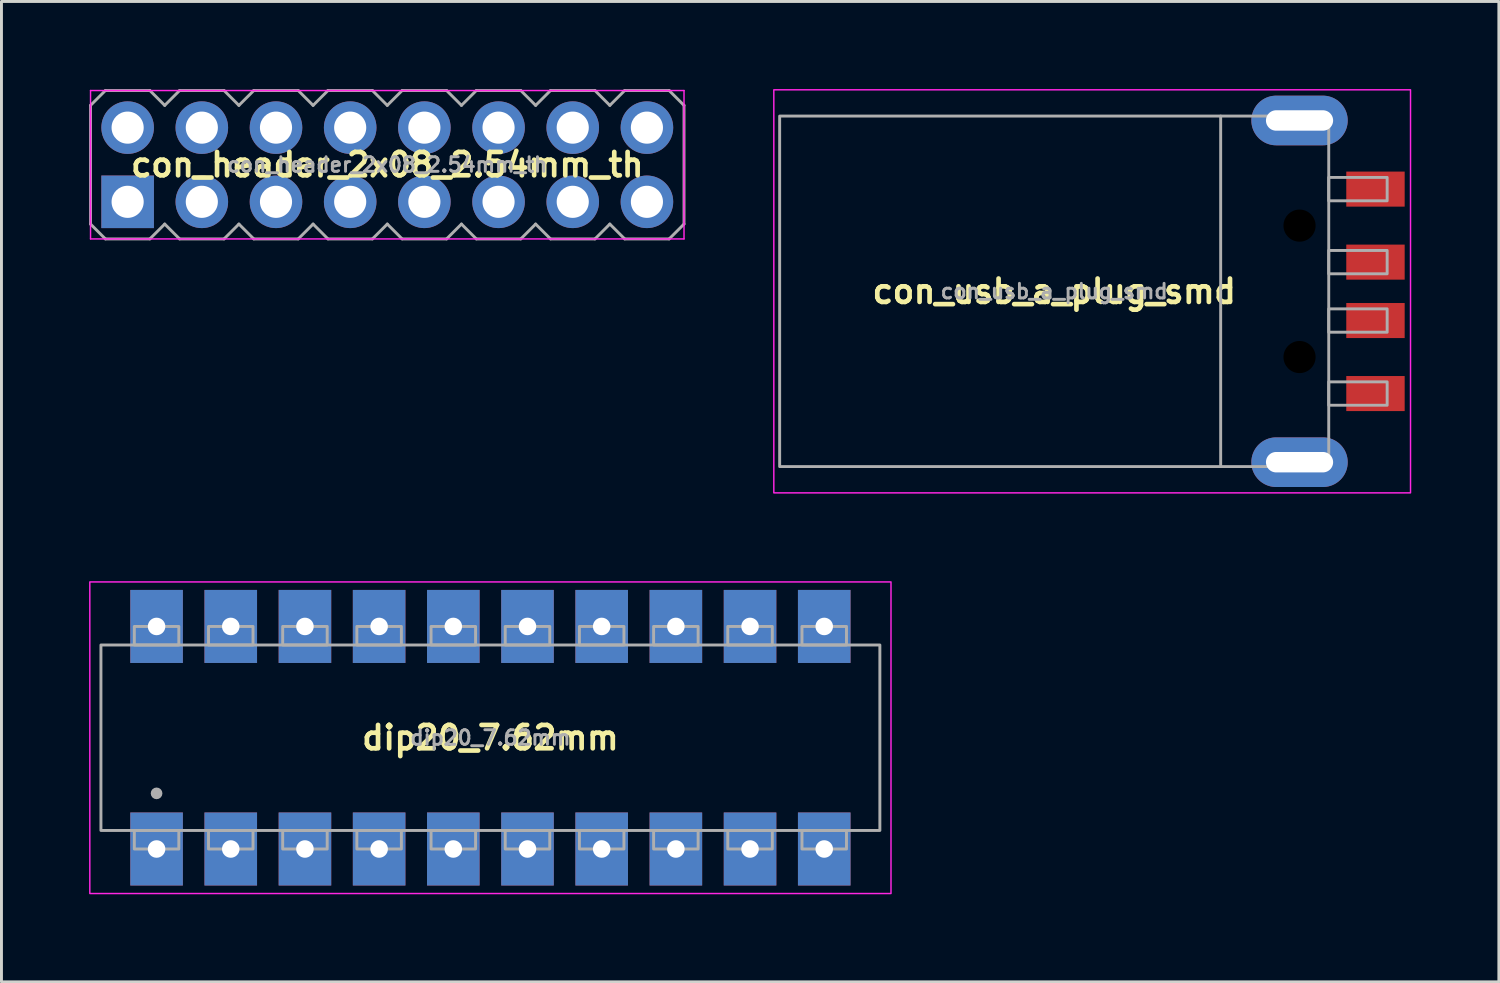
<source format=kicad_pcb>
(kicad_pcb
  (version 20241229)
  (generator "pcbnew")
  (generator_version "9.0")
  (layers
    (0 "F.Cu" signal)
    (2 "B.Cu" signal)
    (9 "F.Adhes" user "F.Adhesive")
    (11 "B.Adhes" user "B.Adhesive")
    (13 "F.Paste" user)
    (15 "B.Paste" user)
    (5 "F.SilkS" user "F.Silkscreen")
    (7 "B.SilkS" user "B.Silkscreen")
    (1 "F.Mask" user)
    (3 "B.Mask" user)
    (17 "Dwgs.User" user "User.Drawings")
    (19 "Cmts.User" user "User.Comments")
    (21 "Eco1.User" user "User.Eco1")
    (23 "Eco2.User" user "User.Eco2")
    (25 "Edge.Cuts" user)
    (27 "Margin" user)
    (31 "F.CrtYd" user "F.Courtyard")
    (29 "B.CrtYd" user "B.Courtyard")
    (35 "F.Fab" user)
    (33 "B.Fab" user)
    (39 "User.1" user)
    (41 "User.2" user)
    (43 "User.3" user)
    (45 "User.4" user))
  (footprint "con_usb_a_plug_smd"
    (layer "F.Cu")
    (at 33.045 6.925)
    (property "Reference" "con_usb_a_plug_smd" (at 0 0 0) (unlocked yes) (layer "F.SilkS") (effects (font (size 0.8 0.8) (thickness 0.16))))
    (attr smd)
    (fp_rect (start -9.6 -6.9) (end 12.2 6.9) (stroke (width 0.05) (type solid)) (fill no) (layer "F.CrtYd"))
    (fp_line (start 5.7 -6) (end 5.7 6) (stroke (width 0.1) (type solid)) (layer "F.Fab"))
    (fp_rect (start -9.4 -6) (end 9.4 6) (stroke (width 0.1) (type solid)) (fill no) (layer "F.Fab"))
    (fp_rect (start 9.4 -3.9) (end 11.4 -3.1) (stroke (width 0.1) (type solid)) (fill no) (layer "F.Fab"))
    (fp_rect (start 9.4 -1.4) (end 11.4 -0.6) (stroke (width 0.1) (type solid)) (fill no) (layer "F.Fab"))
    (fp_rect (start 9.4 0.6) (end 11.4 1.4) (stroke (width 0.1) (type solid)) (fill no) (layer "F.Fab"))
    (fp_rect (start 9.4 3.1) (end 11.4 3.9) (stroke (width 0.1) (type solid)) (fill no) (layer "F.Fab"))
    (fp_text user "${REFERENCE}" (at 0 0 0) (unlocked yes) (layer "F.Fab") (effects (font (size 0.5 0.5) (thickness 0.1))))
    (pad "" np_thru_hole circle (at 8.4 -2.25) (size 1.2 1.2) (drill 1.1) (layers "*.Mask"))
    (pad "" np_thru_hole circle (at 8.4 2.25) (size 1.2 1.2) (drill 1.1) (layers "*.Mask"))
    (pad "1" smd rect (at 11 3.5) (size 2 1.2) (layers "F.Cu" "F.Mask" "F.Paste"))
    (pad "2" smd rect (at 11 1) (size 2 1.2) (layers "F.Cu" "F.Mask" "F.Paste"))
    (pad "3" smd rect (at 11 -1) (size 2 1.2) (layers "F.Cu" "F.Mask" "F.Paste"))
    (pad "4" smd rect (at 11 -3.5) (size 2 1.2) (layers "F.Cu" "F.Mask" "F.Paste"))
    (pad "5" thru_hole oval (at 8.4 5.85) (size 3.3 1.7) (drill oval 2.3 0.7) (layers "*.Cu" "*.Mask"))
    (pad "6" thru_hole oval (at 8.4 -5.85) (size 3.3 1.7) (drill oval 2.3 0.7) (layers "*.Cu" "*.Mask")))
  (footprint "con_header_2x08_2.54mm_th"
    (layer "F.Cu")
    (at 1.32 3.86)
    (property "Reference" "con_header_2x08_2.54mm_th" (at 8.89 -1.27 0) (layer "F.SilkS") (effects (font (size 0.8 0.8) (thickness 0.16))))
    (attr through_hole exclude_from_pos_files)
    (fp_line (start -1.27 -3.81) (end -1.27 1.27) (stroke (width 0.05) (type solid)) (layer "F.CrtYd"))
    (fp_line (start -1.27 1.27) (end 19.05 1.27) (stroke (width 0.05) (type solid)) (layer "F.CrtYd"))
    (fp_line (start 19.05 -3.81) (end -1.27 -3.81) (stroke (width 0.05) (type solid)) (layer "F.CrtYd"))
    (fp_line (start 19.05 1.27) (end 19.05 -3.81) (stroke (width 0.05) (type solid)) (layer "F.CrtYd"))
    (fp_line (start -1.27 0.762) (end -1.27 -3.302) (stroke (width 0.1) (type solid)) (layer "F.Fab"))
    (fp_line (start -1.27 0.762) (end -0.762 1.27) (stroke (width 0.1) (type solid)) (layer "F.Fab"))
    (fp_line (start -0.762 -3.81) (end -1.27 -3.302) (stroke (width 0.1) (type solid)) (layer "F.Fab"))
    (fp_line (start -0.762 -3.81) (end 0.762 -3.81) (stroke (width 0.1) (type solid)) (layer "F.Fab"))
    (fp_line (start 0.762 1.27) (end -0.762 1.27) (stroke (width 0.1) (type solid)) (layer "F.Fab"))
    (fp_line (start 1.27 -3.302) (end 0.762 -3.81) (stroke (width 0.1) (type solid)) (layer "F.Fab"))
    (fp_line (start 1.27 -3.302) (end 1.778 -3.81) (stroke (width 0.1) (type solid)) (layer "F.Fab"))
    (fp_line (start 1.27 0.762) (end 0.762 1.27) (stroke (width 0.1) (type solid)) (layer "F.Fab"))
    (fp_line (start 1.27 0.762) (end 1.778 1.27) (stroke (width 0.1) (type solid)) (layer "F.Fab"))
    (fp_line (start 1.778 -3.81) (end 3.302 -3.81) (stroke (width 0.1) (type solid)) (layer "F.Fab"))
    (fp_line (start 3.302 1.27) (end 1.778 1.27) (stroke (width 0.1) (type solid)) (layer "F.Fab"))
    (fp_line (start 3.302 1.27) (end 3.81 0.762) (stroke (width 0.1) (type solid)) (layer "F.Fab"))
    (fp_line (start 3.81 -3.302) (end 3.302 -3.81) (stroke (width 0.1) (type solid)) (layer "F.Fab"))
    (fp_line (start 3.81 -3.302) (end 4.318 -3.81) (stroke (width 0.1) (type solid)) (layer "F.Fab"))
    (fp_line (start 3.81 0.762) (end 4.318 1.27) (stroke (width 0.1) (type solid)) (layer "F.Fab"))
    (fp_line (start 4.318 -3.81) (end 5.842 -3.81) (stroke (width 0.1) (type solid)) (layer "F.Fab"))
    (fp_line (start 5.842 1.27) (end 4.318 1.27) (stroke (width 0.1) (type solid)) (layer "F.Fab"))
    (fp_line (start 5.842 1.27) (end 6.35 0.762) (stroke (width 0.1) (type solid)) (layer "F.Fab"))
    (fp_line (start 6.35 -3.302) (end 5.842 -3.81) (stroke (width 0.1) (type solid)) (layer "F.Fab"))
    (fp_line (start 6.35 -3.302) (end 6.858 -3.81) (stroke (width 0.1) (type solid)) (layer "F.Fab"))
    (fp_line (start 6.35 0.762) (end 6.858 1.27) (stroke (width 0.1) (type solid)) (layer "F.Fab"))
    (fp_line (start 8.382 -3.81) (end 6.858 -3.81) (stroke (width 0.1) (type solid)) (layer "F.Fab"))
    (fp_line (start 8.382 -3.81) (end 8.89 -3.302) (stroke (width 0.1) (type solid)) (layer "F.Fab"))
    (fp_line (start 8.382 1.27) (end 6.858 1.27) (stroke (width 0.1) (type solid)) (layer "F.Fab"))
    (fp_line (start 8.382 1.27) (end 8.89 0.762) (stroke (width 0.1) (type solid)) (layer "F.Fab"))
    (fp_line (start 8.89 -3.302) (end 9.398 -3.81) (stroke (width 0.1) (type solid)) (layer "F.Fab"))
    (fp_line (start 8.89 0.762) (end 9.398 1.27) (stroke (width 0.1) (type solid)) (layer "F.Fab"))
    (fp_line (start 10.922 -3.81) (end 9.398 -3.81) (stroke (width 0.1) (type solid)) (layer "F.Fab"))
    (fp_line (start 10.922 -3.81) (end 11.43 -3.302) (stroke (width 0.1) (type solid)) (layer "F.Fab"))
    (fp_line (start 10.922 1.27) (end 9.398 1.27) (stroke (width 0.1) (type solid)) (layer "F.Fab"))
    (fp_line (start 10.922 1.27) (end 11.43 0.762) (stroke (width 0.1) (type solid)) (layer "F.Fab"))
    (fp_line (start 11.43 -3.302) (end 11.938 -3.81) (stroke (width 0.1) (type solid)) (layer "F.Fab"))
    (fp_line (start 11.43 0.762) (end 11.938 1.27) (stroke (width 0.1) (type solid)) (layer "F.Fab"))
    (fp_line (start 13.462 -3.81) (end 11.938 -3.81) (stroke (width 0.1) (type solid)) (layer "F.Fab"))
    (fp_line (start 13.462 -3.81) (end 13.97 -3.302) (stroke (width 0.1) (type solid)) (layer "F.Fab"))
    (fp_line (start 13.462 1.27) (end 11.938 1.27) (stroke (width 0.1) (type solid)) (layer "F.Fab"))
    (fp_line (start 13.462 1.27) (end 13.97 0.762) (stroke (width 0.1) (type solid)) (layer "F.Fab"))
    (fp_line (start 13.97 -3.302) (end 14.478 -3.81) (stroke (width 0.1) (type solid)) (layer "F.Fab"))
    (fp_line (start 13.97 0.762) (end 14.478 1.27) (stroke (width 0.1) (type solid)) (layer "F.Fab"))
    (fp_line (start 16.002 -3.81) (end 14.478 -3.81) (stroke (width 0.1) (type solid)) (layer "F.Fab"))
    (fp_line (start 16.002 -3.81) (end 16.51 -3.302) (stroke (width 0.1) (type solid)) (layer "F.Fab"))
    (fp_line (start 16.002 1.27) (end 14.478 1.27) (stroke (width 0.1) (type solid)) (layer "F.Fab"))
    (fp_line (start 16.002 1.27) (end 16.51 0.762) (stroke (width 0.1) (type solid)) (layer "F.Fab"))
    (fp_line (start 16.51 -3.302) (end 17.018 -3.81) (stroke (width 0.1) (type solid)) (layer "F.Fab"))
    (fp_line (start 16.51 0.762) (end 17.018 1.27) (stroke (width 0.1) (type solid)) (layer "F.Fab"))
    (fp_line (start 18.542 -3.81) (end 17.018 -3.81) (stroke (width 0.1) (type solid)) (layer "F.Fab"))
    (fp_line (start 18.542 -3.81) (end 19.05 -3.302) (stroke (width 0.1) (type solid)) (layer "F.Fab"))
    (fp_line (start 18.542 1.27) (end 17.018 1.27) (stroke (width 0.1) (type solid)) (layer "F.Fab"))
    (fp_line (start 18.542 1.27) (end 19.05 0.762) (stroke (width 0.1) (type solid)) (layer "F.Fab"))
    (fp_line (start 19.05 0.762) (end 19.05 -3.302) (stroke (width 0.1) (type solid)) (layer "F.Fab"))
    (fp_text user "${REFERENCE}" (at 8.89 -1.27 0) (layer "F.Fab") (effects (font (size 0.5 0.5) (thickness 0.1))))
    (pad "1" thru_hole rect (at 0 0) (size 1.8 1.8) (drill 1.1) (layers "*.Cu" "*.Mask"))
    (pad "2" thru_hole circle (at 0 -2.54) (size 1.8 1.8) (drill 1.1) (layers "*.Cu" "*.Mask"))
    (pad "3" thru_hole circle (at 2.54 0) (size 1.8 1.8) (drill 1.1) (layers "*.Cu" "*.Mask"))
    (pad "4" thru_hole circle (at 2.54 -2.54) (size 1.8 1.8) (drill 1.1) (layers "*.Cu" "*.Mask"))
    (pad "5" thru_hole circle (at 5.08 0) (size 1.8 1.8) (drill 1.1) (layers "*.Cu" "*.Mask"))
    (pad "6" thru_hole circle (at 5.08 -2.54) (size 1.8 1.8) (drill 1.1) (layers "*.Cu" "*.Mask"))
    (pad "7" thru_hole circle (at 7.62 0) (size 1.8 1.8) (drill 1.1) (layers "*.Cu" "*.Mask"))
    (pad "8" thru_hole circle (at 7.62 -2.54) (size 1.8 1.8) (drill 1.1) (layers "*.Cu" "*.Mask"))
    (pad "9" thru_hole circle (at 10.16 0) (size 1.8 1.8) (drill 1.1) (layers "*.Cu" "*.Mask"))
    (pad "10" thru_hole circle (at 10.16 -2.54) (size 1.8 1.8) (drill 1.1) (layers "*.Cu" "*.Mask"))
    (pad "11" thru_hole circle (at 12.7 0) (size 1.8 1.8) (drill 1.1) (layers "*.Cu" "*.Mask"))
    (pad "12" thru_hole circle (at 12.7 -2.54) (size 1.8 1.8) (drill 1.1) (layers "*.Cu" "*.Mask"))
    (pad "13" thru_hole circle (at 15.24 0) (size 1.8 1.8) (drill 1.1) (layers "*.Cu" "*.Mask"))
    (pad "14" thru_hole circle (at 15.24 -2.54) (size 1.8 1.8) (drill 1.1) (layers "*.Cu" "*.Mask"))
    (pad "15" thru_hole circle (at 17.78 0) (size 1.8 1.8) (drill 1.1) (layers "*.Cu" "*.Mask"))
    (pad "16" thru_hole circle (at 17.78 -2.54) (size 1.8 1.8) (drill 1.1) (layers "*.Cu" "*.Mask")))
  (footprint "dip20_7.62mm"
    (layer "F.Cu")
    (at 2.311 26.019)
    (property "Reference" "dip20_7.62mm" (at 11.43 -3.81 0) (unlocked yes) (layer "F.SilkS") (effects (font (size 0.8 0.8) (thickness 0.16))))
    (attr smd)
    (fp_rect (start -2.286 1.524) (end 25.146 -9.144) (stroke (width 0.05) (type default)) (fill no) (layer "F.CrtYd"))
    (fp_rect (start -1.905 -6.985) (end 24.765 -0.635) (stroke (width 0.1) (type default)) (fill no) (layer "F.Fab"))
    (fp_rect (start -0.762 -6.985) (end 0.762 -7.62) (stroke (width 0.1) (type default)) (fill no) (layer "F.Fab"))
    (fp_rect (start -0.762 0) (end 0.762 -0.635) (stroke (width 0.1) (type default)) (fill no) (layer "F.Fab"))
    (fp_rect (start 1.778 -6.985) (end 3.302 -7.62) (stroke (width 0.1) (type default)) (fill no) (layer "F.Fab"))
    (fp_rect (start 1.778 0) (end 3.302 -0.635) (stroke (width 0.1) (type default)) (fill no) (layer "F.Fab"))
    (fp_rect (start 4.318 -6.985) (end 5.842 -7.62) (stroke (width 0.1) (type default)) (fill no) (layer "F.Fab"))
    (fp_rect (start 4.318 0) (end 5.842 -0.635) (stroke (width 0.1) (type default)) (fill no) (layer "F.Fab"))
    (fp_rect (start 6.858 -6.985) (end 8.382 -7.62) (stroke (width 0.1) (type default)) (fill no) (layer "F.Fab"))
    (fp_rect (start 6.858 0) (end 8.382 -0.635) (stroke (width 0.1) (type default)) (fill no) (layer "F.Fab"))
    (fp_rect (start 9.398 -6.985) (end 10.922 -7.62) (stroke (width 0.1) (type default)) (fill no) (layer "F.Fab"))
    (fp_rect (start 9.398 0) (end 10.922 -0.635) (stroke (width 0.1) (type default)) (fill no) (layer "F.Fab"))
    (fp_rect (start 11.938 -6.985) (end 13.462 -7.62) (stroke (width 0.1) (type default)) (fill no) (layer "F.Fab"))
    (fp_rect (start 11.938 0) (end 13.462 -0.635) (stroke (width 0.1) (type default)) (fill no) (layer "F.Fab"))
    (fp_rect (start 14.478 -6.985) (end 16.002 -7.62) (stroke (width 0.1) (type default)) (fill no) (layer "F.Fab"))
    (fp_rect (start 14.478 0) (end 16.002 -0.635) (stroke (width 0.1) (type default)) (fill no) (layer "F.Fab"))
    (fp_rect (start 17.018 -6.985) (end 18.542 -7.62) (stroke (width 0.1) (type default)) (fill no) (layer "F.Fab"))
    (fp_rect (start 17.018 0) (end 18.542 -0.635) (stroke (width 0.1) (type default)) (fill no) (layer "F.Fab"))
    (fp_rect (start 19.558 -6.985) (end 21.082 -7.62) (stroke (width 0.1) (type default)) (fill no) (layer "F.Fab"))
    (fp_rect (start 19.558 0) (end 21.082 -0.635) (stroke (width 0.1) (type default)) (fill no) (layer "F.Fab"))
    (fp_rect (start 22.098 -6.985) (end 23.622 -7.62) (stroke (width 0.1) (type default)) (fill no) (layer "F.Fab"))
    (fp_rect (start 22.098 0) (end 23.622 -0.635) (stroke (width 0.1) (type default)) (fill no) (layer "F.Fab"))
    (fp_circle (center 0 -1.905) (end 0.1 -1.905) (stroke (width 0.2) (type solid)) (fill no) (layer "F.Fab"))
    (fp_text user "${REFERENCE}" (at 11.43 -3.81 0) (unlocked yes) (layer "F.Fab") (effects (font (size 0.5 0.5) (thickness 0.1) (bold yes))))
    (pad "1" thru_hole rect (at 0 0) (size 1.8 2.5) (drill 0.6) (layers "*.Cu" "*.Mask"))
    (pad "2" thru_hole rect (at 2.54 0) (size 1.8 2.5) (drill 0.6) (layers "*.Cu" "*.Mask"))
    (pad "3" thru_hole rect (at 5.08 0) (size 1.8 2.5) (drill 0.6) (layers "*.Cu" "*.Mask"))
    (pad "4" thru_hole rect (at 7.62 0) (size 1.8 2.5) (drill 0.6) (layers "*.Cu" "*.Mask"))
    (pad "5" thru_hole rect (at 10.16 0) (size 1.8 2.5) (drill 0.6) (layers "*.Cu" "*.Mask"))
    (pad "6" thru_hole rect (at 12.7 0) (size 1.8 2.5) (drill 0.6) (layers "*.Cu" "*.Mask"))
    (pad "7" thru_hole rect (at 15.24 0) (size 1.8 2.5) (drill 0.6) (layers "*.Cu" "*.Mask"))
    (pad "8" thru_hole rect (at 17.78 0) (size 1.8 2.5) (drill 0.6) (layers "*.Cu" "*.Mask"))
    (pad "9" thru_hole rect (at 20.32 0) (size 1.8 2.5) (drill 0.6) (layers "*.Cu" "*.Mask"))
    (pad "10" thru_hole rect (at 22.86 0) (size 1.8 2.5) (drill 0.6) (layers "*.Cu" "*.Mask"))
    (pad "11" thru_hole rect (at 22.86 -7.62) (size 1.8 2.5) (drill 0.6) (layers "*.Cu" "*.Mask"))
    (pad "12" thru_hole rect (at 20.32 -7.62) (size 1.8 2.5) (drill 0.6) (layers "*.Cu" "*.Mask"))
    (pad "13" thru_hole rect (at 17.78 -7.62) (size 1.8 2.5) (drill 0.6) (layers "*.Cu" "*.Mask"))
    (pad "14" thru_hole rect (at 15.24 -7.62) (size 1.8 2.5) (drill 0.6) (layers "*.Cu" "*.Mask"))
    (pad "15" thru_hole rect (at 12.7 -7.62) (size 1.8 2.5) (drill 0.6) (layers "*.Cu" "*.Mask"))
    (pad "16" thru_hole rect (at 10.16 -7.62) (size 1.8 2.5) (drill 0.6) (layers "*.Cu" "*.Mask"))
    (pad "17" thru_hole rect (at 7.62 -7.62) (size 1.8 2.5) (drill 0.6) (layers "*.Cu" "*.Mask"))
    (pad "18" thru_hole rect (at 5.08 -7.62) (size 1.8 2.5) (drill 0.6) (layers "*.Cu" "*.Mask"))
    (pad "19" thru_hole rect (at 2.54 -7.62) (size 1.8 2.5) (drill 0.6) (layers "*.Cu" "*.Mask"))
    (pad "20" thru_hole rect (at 0 -7.62) (size 1.8 2.5) (drill 0.6) (layers "*.Cu" "*.Mask")))
  (gr_rect
    (start -3 -3)
    (end 48.27 30.568)
    (stroke (width 0.1) (type default))
    (fill no)
    (layer "Edge.Cuts")))
</source>
